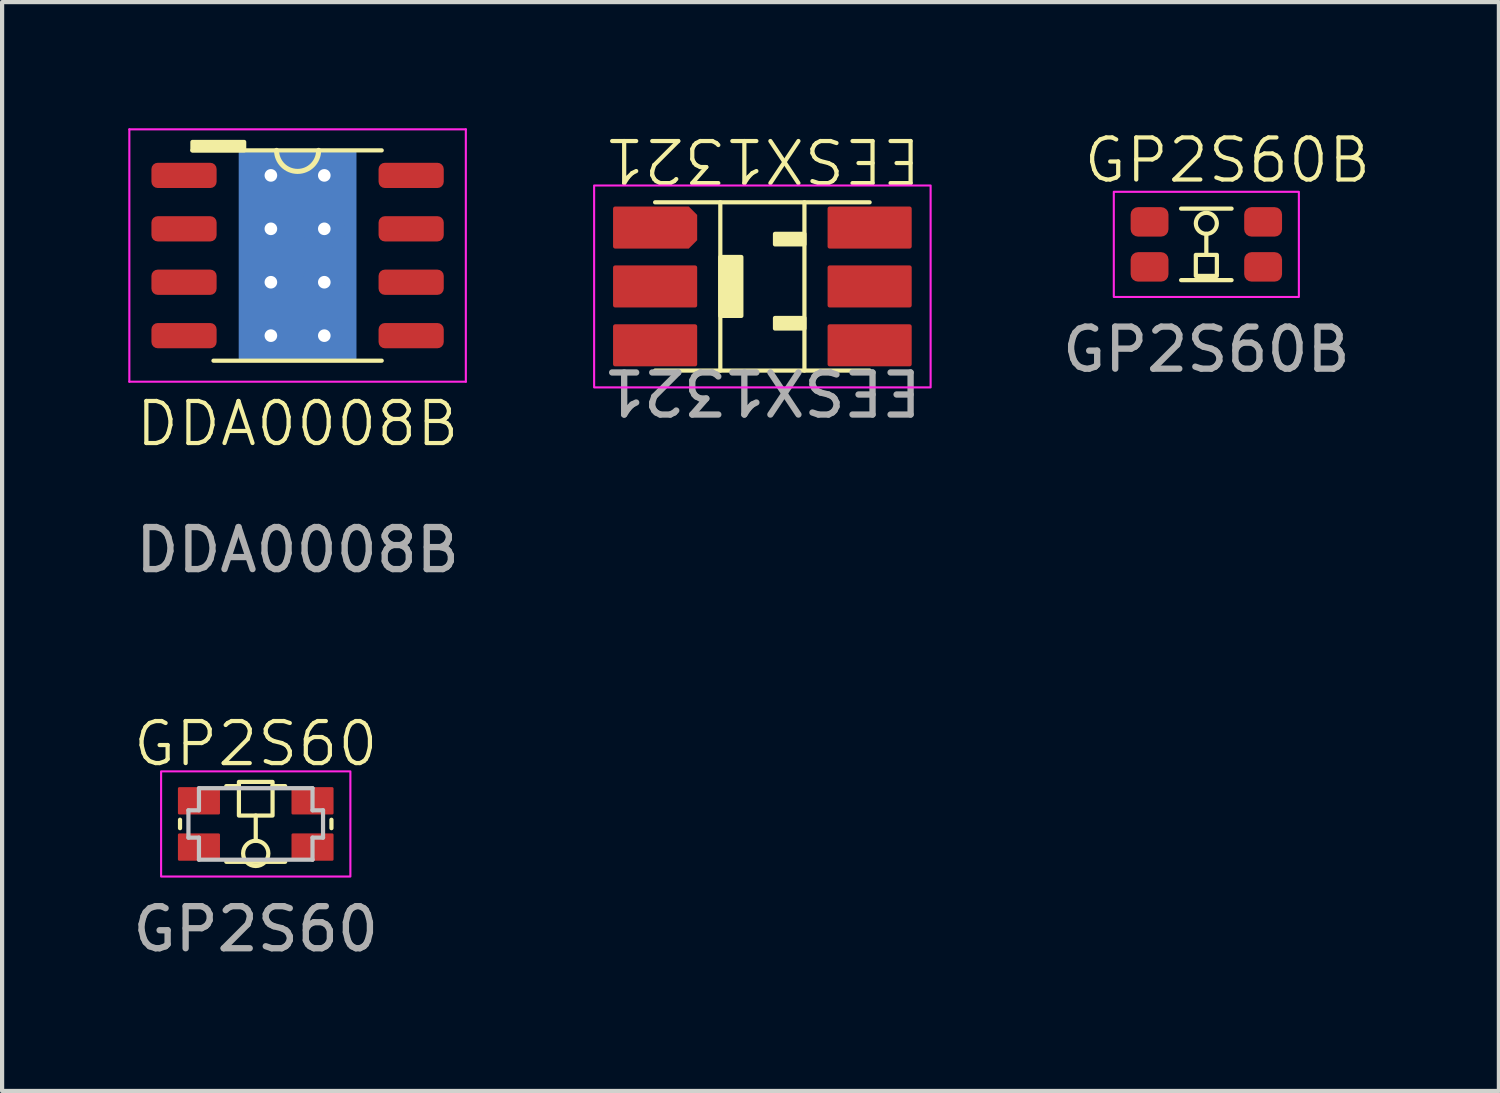
<source format=kicad_pcb>
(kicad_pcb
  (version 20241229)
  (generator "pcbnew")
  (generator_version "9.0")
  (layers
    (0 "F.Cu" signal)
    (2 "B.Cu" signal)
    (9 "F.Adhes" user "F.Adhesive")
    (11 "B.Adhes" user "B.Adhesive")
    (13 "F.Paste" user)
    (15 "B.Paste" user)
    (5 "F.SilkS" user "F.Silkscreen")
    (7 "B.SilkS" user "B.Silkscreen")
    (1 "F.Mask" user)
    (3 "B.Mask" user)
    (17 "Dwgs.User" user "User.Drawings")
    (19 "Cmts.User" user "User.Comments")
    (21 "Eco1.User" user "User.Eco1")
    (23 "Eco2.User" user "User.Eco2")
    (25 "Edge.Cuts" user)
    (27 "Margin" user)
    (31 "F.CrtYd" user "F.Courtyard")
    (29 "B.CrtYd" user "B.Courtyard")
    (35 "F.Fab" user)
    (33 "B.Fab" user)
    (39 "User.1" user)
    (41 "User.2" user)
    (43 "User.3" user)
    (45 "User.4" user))
  (footprint "DDA0008B"
    (layer "F.Cu")
    (at 4.025 3.025)
    (property "Reference" "DDA0008B" (at 0 4 0) (unlocked yes) (layer "F.SilkS") (effects (font (size 1 1) (thickness 0.1))))
    (attr smd)
    (fp_line (start -2.5 -2.5) (end 2 -2.5) (stroke (width 0.1) (type default)) (layer "F.SilkS"))
    (fp_line (start -2 2.5) (end 2 2.5) (stroke (width 0.1) (type default)) (layer "F.SilkS"))
    (fp_rect (start -2.5 -2.7) (end -1.27 -2.5) (stroke (width 0.1) (type solid)) (fill yes) (layer "F.SilkS"))
    (fp_arc (start 0.5 -2.5) (mid 0 -2) (end -0.5 -2.5) (stroke (width 0.12) (type default)) (layer "F.SilkS"))
    (fp_line (start -4 -3) (end -4 3) (stroke (width 0.05) (type solid)) (layer "F.CrtYd"))
    (fp_line (start -4 -3) (end 4 -3) (stroke (width 0.05) (type solid)) (layer "F.CrtYd"))
    (fp_line (start 4 3) (end -4 3) (stroke (width 0.05) (type solid)) (layer "F.CrtYd"))
    (fp_line (start 4 3) (end 4 -3) (stroke (width 0.05) (type solid)) (layer "F.CrtYd"))
    (fp_text user "${REFERENCE}" (at 0 7 0) (unlocked yes) (layer "F.Fab") (effects (font (size 1 1) (thickness 0.15))))
    (pad "1" smd roundrect (at -2.7 -1.905) (size 1.55 0.6) (layers "F.Cu" "F.Mask" "F.Paste") (roundrect_rratio 0.25))
    (pad "2" smd roundrect (at -2.7 -0.635) (size 1.55 0.6) (layers "F.Cu" "F.Mask" "F.Paste") (roundrect_rratio 0.25))
    (pad "3" smd roundrect (at -2.7 0.635) (size 1.55 0.6) (layers "F.Cu" "F.Mask" "F.Paste") (roundrect_rratio 0.25))
    (pad "4" smd roundrect (at -2.7 1.905) (size 1.55 0.6) (layers "F.Cu" "F.Mask" "F.Paste") (roundrect_rratio 0.25))
    (pad "5" smd roundrect (at 2.7 1.905) (size 1.55 0.6) (layers "F.Cu" "F.Mask" "F.Paste") (roundrect_rratio 0.25))
    (pad "6" smd roundrect (at 2.7 0.635) (size 1.55 0.6) (layers "F.Cu" "F.Mask" "F.Paste") (roundrect_rratio 0.25))
    (pad "7" smd roundrect (at 2.7 -0.635) (size 1.55 0.6) (layers "F.Cu" "F.Mask" "F.Paste") (roundrect_rratio 0.25))
    (pad "8" smd roundrect (at 2.7 -1.905) (size 1.55 0.6) (layers "F.Cu" "F.Mask" "F.Paste") (roundrect_rratio 0.25))
    (pad "9" thru_hole circle (at -0.635 -1.905) (size 1 1) (drill 0.3) (layers "*.Cu" "*.Mask"))
    (pad "9" thru_hole circle (at -0.635 -0.635) (size 1 1) (drill 0.3) (layers "*.Cu" "*.Mask"))
    (pad "9" thru_hole circle (at -0.635 0.635) (size 1 1) (drill 0.3) (layers "*.Cu" "*.Mask"))
    (pad "9" thru_hole circle (at -0.635 1.905) (size 1 1) (drill 0.3) (layers "*.Cu" "*.Mask"))
    (pad "9" smd roundrect (at 0 0) (size 2.71 3.4) (layers "F.Cu" "F.Mask" "F.Paste") (roundrect_rratio 0.02))
    (pad "9" smd roundrect (at 0 0) (size 2.8 5) (layers "B.Cu" "B.Mask" "B.Paste") (roundrect_rratio 0.02))
    (pad "9" thru_hole circle (at 0.635 -1.905) (size 1 1) (drill 0.3) (layers "*.Cu" "*.Mask"))
    (pad "9" thru_hole circle (at 0.635 -0.635) (size 1 1) (drill 0.3) (layers "*.Cu" "*.Mask"))
    (pad "9" thru_hole circle (at 0.635 0.635) (size 1 1) (drill 0.3) (layers "*.Cu" "*.Mask"))
    (pad "9" thru_hole circle (at 0.635 1.905) (size 1 1) (drill 0.3) (layers "*.Cu" "*.Mask")))
  (footprint "GP2S60B"
    (layer "F.Cu")
    (at 25.63 2.76)
    (property "Reference" "GP2S60B" (at 0.5 -2 0) (unlocked yes) (layer "F.SilkS") (effects (font (size 1 1) (thickness 0.1))))
    (attr smd)
    (fp_line (start -0.6 -0.85) (end 0.6 -0.85) (stroke (width 0.1) (type default)) (layer "F.SilkS"))
    (fp_line (start -0.6 0.85) (end 0.6 0.85) (stroke (width 0.1) (type default)) (layer "F.SilkS"))
    (fp_line (start 0 0.25) (end 0 -0.25) (stroke (width 0.1) (type default)) (layer "F.SilkS"))
    (fp_rect (start -0.25 0.25) (end 0.25 0.75) (stroke (width 0.1) (type default)) (fill no) (layer "F.SilkS"))
    (fp_circle (center 0 -0.5) (end 0.25 -0.5) (stroke (width 0.1) (type default)) (fill no) (layer "F.SilkS"))
    (fp_rect (start -2.2 -1.25) (end 2.2 1.25) (stroke (width 0.05) (type default)) (fill no) (layer "F.CrtYd"))
    (fp_text user "${REFERENCE}" (at 0 2.5 0) (unlocked yes) (layer "F.Fab") (effects (font (size 1 1) (thickness 0.15))))
    (pad "1" smd roundrect (at -1.35 -0.535) (size 0.9 0.7) (layers "F.Cu" "F.Mask" "F.Paste") (roundrect_rratio 0.25))
    (pad "2" smd roundrect (at -1.35 0.535) (size 0.9 0.7) (layers "F.Cu" "F.Mask" "F.Paste") (roundrect_rratio 0.25))
    (pad "2" smd roundrect (at 1.35 0.535) (size 0.9 0.7) (layers "F.Cu" "F.Mask" "F.Paste") (roundrect_rratio 0.25))
    (pad "4" smd roundrect (at 1.35 -0.535) (size 0.9 0.7) (layers "F.Cu" "F.Mask" "F.Paste") (roundrect_rratio 0.25)))
  (footprint "GP2S60"
    (layer "F.Cu")
    (at 3.03 16.539)
    (property "Reference" "GP2S60" (at 0 -1.905 0) (unlocked yes) (layer "F.SilkS") (effects (font (size 1 1) (thickness 0.1))))
    (attr smd)
    (fp_line (start -1.8 -0.1) (end -1.8 0.1) (stroke (width 0.1) (type default)) (layer "F.SilkS"))
    (fp_line (start -0.7 -0.9) (end -0.4 -0.9) (stroke (width 0.1) (type default)) (layer "F.SilkS"))
    (fp_line (start -0.7 0.9) (end 0.7 0.9) (stroke (width 0.1) (type default)) (layer "F.SilkS"))
    (fp_line (start 0 0.4) (end 0 -0.2) (stroke (width 0.1) (type default)) (layer "F.SilkS"))
    (fp_line (start 0.4 -0.9) (end 0.7 -0.9) (stroke (width 0.1) (type default)) (layer "F.SilkS"))
    (fp_line (start 1.8 -0.1) (end 1.8 0.1) (stroke (width 0.1) (type default)) (layer "F.SilkS"))
    (fp_rect (start -0.4 -0.2) (end 0.4 -1) (stroke (width 0.1) (type default)) (fill no) (layer "F.SilkS"))
    (fp_circle (center 0 0.7) (end 0.3 0.7) (stroke (width 0.1) (type default)) (fill no) (layer "F.SilkS"))
    (fp_line (start -1.6 -0.325) (end -1.6 0.325) (stroke (width 0.1) (type default)) (layer "Dwgs.User"))
    (fp_line (start -1.6 0.325) (end -1.35 0.325) (stroke (width 0.1) (type default)) (layer "Dwgs.User"))
    (fp_line (start -1.35 -0.85) (end -1.35 -0.325) (stroke (width 0.1) (type default)) (layer "Dwgs.User"))
    (fp_line (start -1.35 -0.325) (end -1.6 -0.325) (stroke (width 0.1) (type default)) (layer "Dwgs.User"))
    (fp_line (start -1.35 0.325) (end -1.35 0.85) (stroke (width 0.1) (type default)) (layer "Dwgs.User"))
    (fp_line (start 1.35 -0.85) (end -1.35 -0.85) (stroke (width 0.1) (type default)) (layer "Dwgs.User"))
    (fp_line (start 1.35 -0.85) (end 1.35 -0.325) (stroke (width 0.1) (type default)) (layer "Dwgs.User"))
    (fp_line (start 1.35 0.85) (end -1.35 0.85) (stroke (width 0.1) (type default)) (layer "Dwgs.User"))
    (fp_line (start 1.35 0.85) (end 1.35 0.325) (stroke (width 0.1) (type default)) (layer "Dwgs.User"))
    (fp_line (start 1.6 -0.325) (end 1.35 -0.325) (stroke (width 0.1) (type default)) (layer "Dwgs.User"))
    (fp_line (start 1.6 0.325) (end 1.35 0.325) (stroke (width 0.1) (type default)) (layer "Dwgs.User"))
    (fp_line (start 1.6 0.325) (end 1.6 -0.325) (stroke (width 0.1) (type default)) (layer "Dwgs.User"))
    (fp_rect (start -2.25 -1.25) (end 2.25 1.25) (stroke (width 0.05) (type default)) (fill no) (layer "F.CrtYd"))
    (fp_text user "${REFERENCE}" (at 0 2.5 0) (unlocked yes) (layer "F.Fab") (effects (font (size 1 1) (thickness 0.15))))
    (pad "1" smd roundrect (at 1.35 0.55) (size 1 0.65) (layers "F.Cu" "F.Mask" "F.Paste") (roundrect_rratio 0.05))
    (pad "2" smd roundrect (at 1.35 -0.55) (size 1 0.65) (layers "F.Cu" "F.Mask" "F.Paste") (roundrect_rratio 0.05))
    (pad "3" smd roundrect (at -1.35 -0.55) (size 1 0.65) (layers "F.Cu" "F.Mask" "F.Paste") (roundrect_rratio 0.05))
    (pad "4" smd roundrect (at -1.35 0.55) (size 1 0.65) (layers "F.Cu" "F.Mask" "F.Paste") (roundrect_rratio 0.05)))
  (footprint "EESX1321"
    (layer "F.Cu")
    (at 15.075 3.76)
    (property "Reference" "EESX1321" (at 0 -3 180) (unlocked yes) (layer "F.SilkS") (effects (font (size 1 1) (thickness 0.1))))
    (attr smd)
    (fp_line (start -2.55 2) (end 2.55 2) (stroke (width 0.1) (type default)) (layer "F.SilkS"))
    (fp_line (start -1 -2) (end -1 2) (stroke (width 0.1) (type default)) (layer "F.SilkS"))
    (fp_line (start 1 2) (end 1 -2) (stroke (width 0.1) (type default)) (layer "F.SilkS"))
    (fp_line (start 2.55 -2) (end -2.55 -2) (stroke (width 0.1) (type default)) (layer "F.SilkS"))
    (fp_rect (start -1 0.7) (end -0.5 -0.7) (stroke (width 0.1) (type solid)) (fill yes) (layer "F.SilkS"))
    (fp_rect (start 0.3 -1) (end 1 -1.25) (stroke (width 0.1) (type solid)) (fill yes) (layer "F.SilkS"))
    (fp_rect (start 0.3 1) (end 1 0.75) (stroke (width 0.1) (type solid)) (fill yes) (layer "F.SilkS"))
    (fp_rect (start 4 2.4) (end -4 -2.4) (stroke (width 0.05) (type default)) (fill no) (layer "F.CrtYd"))
    (fp_text user "${REFERENCE}" (at 0 2.5 180) (unlocked yes) (layer "F.Fab") (effects (font (size 1 1) (thickness 0.15))))
    (pad "1" smd roundrect (at -2.55 -1.4 180) (size 2 1) (layers "F.Cu" "F.Mask" "F.Paste") (roundrect_rratio 0.05) (chamfer_ratio 0.2) (chamfer top_left bottom_left))
    (pad "2" smd roundrect (at -2.55 0 180) (size 2 1) (layers "F.Cu" "F.Mask" "F.Paste") (roundrect_rratio 0.05))
    (pad "3" smd roundrect (at -2.55 1.4 180) (size 2 1) (layers "F.Cu" "F.Mask" "F.Paste") (roundrect_rratio 0.05))
    (pad "4" smd roundrect (at 2.55 1.4 180) (size 2 1) (layers "F.Cu" "F.Mask" "F.Paste") (roundrect_rratio 0.05))
    (pad "5" smd roundrect (at 2.55 0 180) (size 2 1) (layers "F.Cu" "F.Mask" "F.Paste") (roundrect_rratio 0.05))
    (pad "6" smd roundrect (at 2.55 -1.4 180) (size 2 1) (layers "F.Cu" "F.Mask" "F.Paste") (roundrect_rratio 0.05)))
  (gr_rect
    (start -3 -3)
    (end 32.585 22.887)
    (stroke (width 0.1) (type default))
    (fill no)
    (layer "Edge.Cuts")))
</source>
